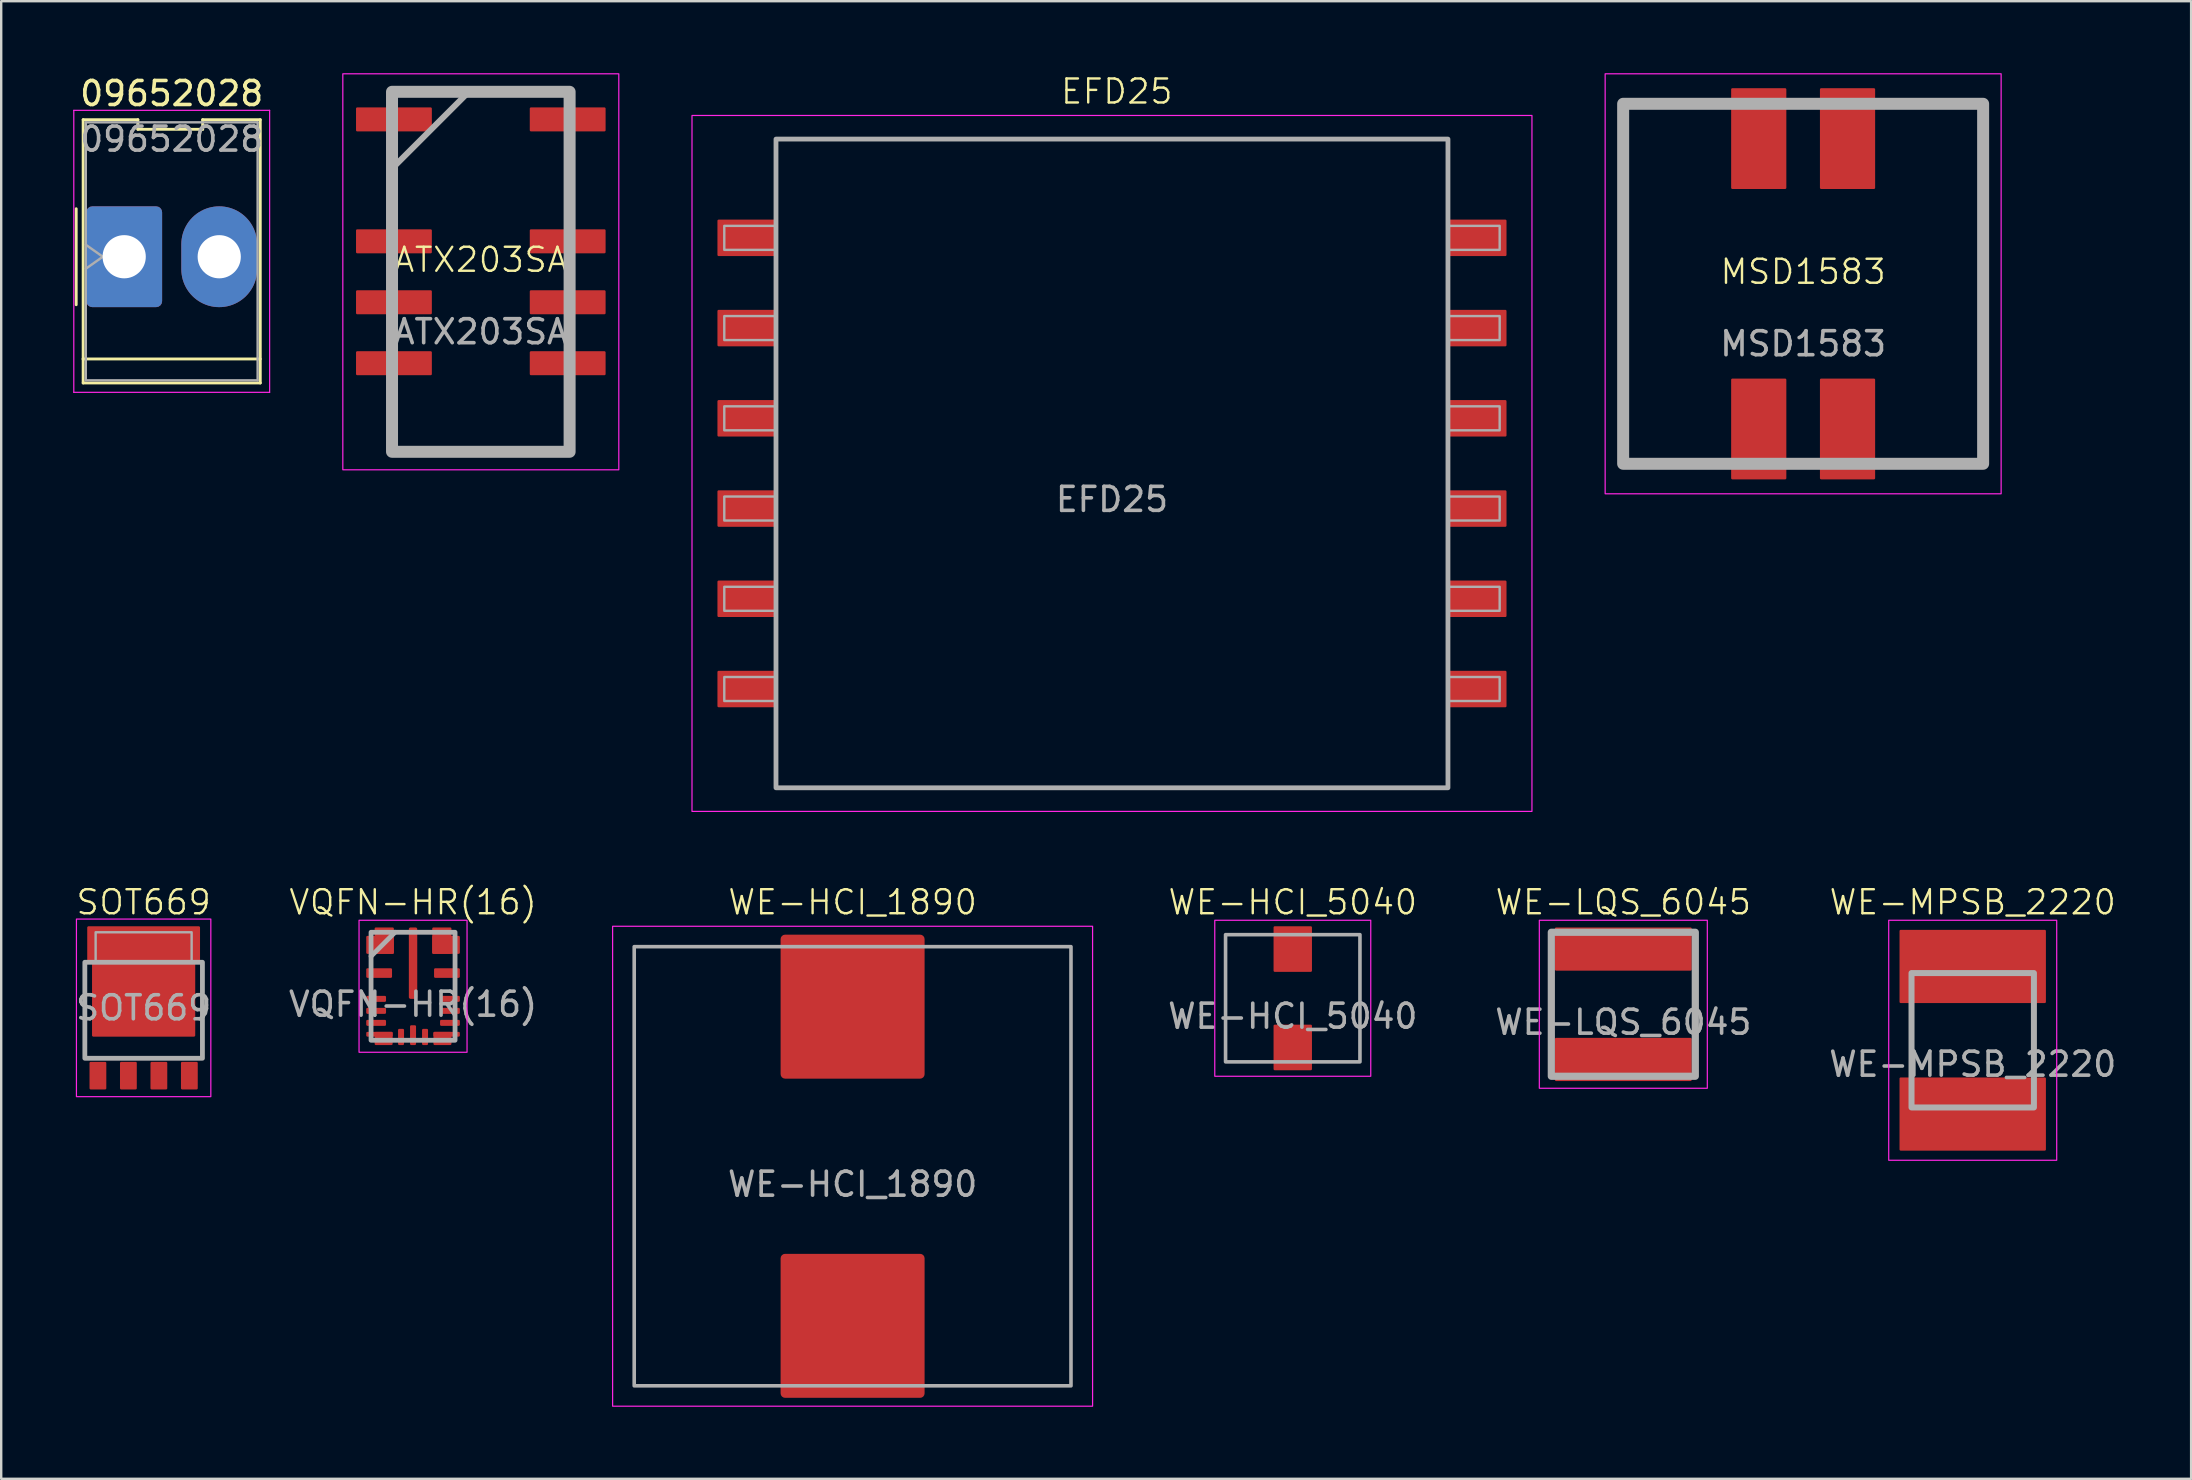
<source format=kicad_pcb>
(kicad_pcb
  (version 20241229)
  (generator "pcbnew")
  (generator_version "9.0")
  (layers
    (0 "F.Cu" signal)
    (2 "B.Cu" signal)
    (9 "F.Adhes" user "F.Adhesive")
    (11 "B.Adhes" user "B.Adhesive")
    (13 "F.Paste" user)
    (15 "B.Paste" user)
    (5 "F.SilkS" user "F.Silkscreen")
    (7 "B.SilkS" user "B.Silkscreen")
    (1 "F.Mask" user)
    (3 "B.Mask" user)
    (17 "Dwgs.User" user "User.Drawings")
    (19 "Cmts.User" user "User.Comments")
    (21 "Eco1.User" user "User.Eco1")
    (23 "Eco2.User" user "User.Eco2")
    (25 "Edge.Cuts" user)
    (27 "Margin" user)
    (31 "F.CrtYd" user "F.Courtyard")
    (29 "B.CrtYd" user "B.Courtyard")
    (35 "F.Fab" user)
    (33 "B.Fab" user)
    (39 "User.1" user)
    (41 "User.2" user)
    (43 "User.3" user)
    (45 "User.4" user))
  (footprint "WE-HCI_1890"
    (layer "F.Cu")
    (at 32.477 45.546)
    (property "Reference" "WE-HCI_1890" (at 0 -11 0) (unlocked yes) (layer "F.SilkS") (effects (font (size 1 1) (thickness 0.1))))
    (attr smd)
    (fp_rect (start -10 -10) (end 10 10) (stroke (width 0.05) (type solid)) (fill no) (layer "F.CrtYd"))
    (fp_rect (start -9.1 -9.15) (end 9.1 9.15) (stroke (width 0.15) (type solid)) (fill no) (layer "F.Fab"))
    (fp_text user "${REFERENCE}" (at 0 0.75 0) (unlocked yes) (layer "F.Fab") (effects (font (size 1 1) (thickness 0.15))))
    (pad "1" smd roundrect (at 0 -6.65 180) (size 6 6) (layers "F.Cu" "F.Mask" "F.Paste") (roundrect_rratio 0.031))
    (pad "2" smd roundrect (at 0 6.65 180) (size 6 6) (layers "F.Cu" "F.Mask" "F.Paste") (roundrect_rratio 0.031)))
  (footprint "SOT669"
    (layer "F.Cu")
    (at 2.935 39.046)
    (property "Reference" "SOT669" (at 0 -4.5 0) (unlocked yes) (layer "F.SilkS") (effects (font (size 1 1) (thickness 0.1))))
    (attr smd)
    (fp_rect (start -2.8 -3.8) (end 2.8 3.6) (stroke (width 0.05) (type default)) (fill no) (layer "F.CrtYd"))
    (fp_rect (start -2.45 2) (end 2.45 -2) (stroke (width 0.2) (type solid)) (fill no) (layer "F.Fab"))
    (fp_rect (start -2 -3.25) (end 2 -2) (stroke (width 0.1) (type solid)) (fill no) (layer "F.Fab"))
    (fp_text user "${REFERENCE}" (at 0 -0.1 0) (unlocked yes) (layer "F.Fab") (effects (font (size 1 1) (thickness 0.15))))
    (pad "1" smd roundrect (at -1.905 2.725 180) (size 0.7 1.15) (layers "F.Cu" "F.Mask" "F.Paste") (roundrect_rratio 0.071))
    (pad "2" smd roundrect (at -0.635 2.725 180) (size 0.7 1.15) (layers "F.Cu" "F.Mask" "F.Paste") (roundrect_rratio 0.071))
    (pad "3" smd roundrect (at 0.635 2.725 180) (size 0.7 1.15) (layers "F.Cu" "F.Mask" "F.Paste") (roundrect_rratio 0.071))
    (pad "4" smd roundrect (at 1.905 2.725 180) (size 0.7 1.15) (layers "F.Cu" "F.Mask" "F.Paste") (roundrect_rratio 0.071))
    (pad "5" smd custom (at 0 -1 180) (size 1.6 1.6) (layers "F.Cu" "F.Mask" "F.Paste") (options (anchor circle)) (primitives (gr_poly (pts (xy -0.8 -0.9) (xy -0.796 -0.919) (xy -0.785 -0.935) (xy -0.769 -0.946) (xy -0.75 -0.95) (xy 0.75 -0.95) (xy 0.769 -0.946) (xy 0.785 -0.935) (xy 0.796 -0.919) (xy 0.8 -0.9) (xy 0.8 0.9) (xy 0.796 0.919) (xy 0.785 0.935) (xy 0.769 0.946) (xy 0.75 0.95) (xy -0.75 0.95) (xy -0.769 0.946) (xy -0.785 0.935) (xy -0.796 0.919) (xy -0.8 0.9)) (width 0) (fill yes)) (gr_rect (start -2.1 -2.05) (end 2.1 1) (width 0.1) (fill yes)) (gr_rect (start -2.3 1.05) (end 2.3 2.45) (width 0.1) (fill yes)))))
  (footprint "MSD1583"
    (layer "F.Cu")
    (at 72.085 8.775)
    (property "Reference" "MSD1583" (at 0 -0.5 0) (unlocked yes) (layer "F.SilkS") (effects (font (size 1 1) (thickness 0.1))))
    (attr smd)
    (fp_rect (start -8.25 -8.75) (end 8.25 8.75) (stroke (width 0.05) (type default)) (fill no) (layer "F.CrtYd"))
    (fp_rect (start -7.5 -7.5) (end 7.5 7.5) (stroke (width 0.5) (type solid)) (fill no) (layer "F.Fab"))
    (fp_text user "${REFERENCE}" (at 0 2.5 0) (unlocked yes) (layer "F.Fab") (effects (font (size 1 1) (thickness 0.15))))
    (pad "1" smd roundrect (at 1.85 -6.05 180) (size 2.3 4.2) (layers "F.Cu" "F.Mask" "F.Paste") (roundrect_rratio 0.022))
    (pad "2" smd roundrect (at -1.85 -6.05 180) (size 2.3 4.2) (layers "F.Cu" "F.Mask" "F.Paste") (roundrect_rratio 0.022))
    (pad "3" smd roundrect (at -1.85 6.05 180) (size 2.3 4.2) (layers "F.Cu" "F.Mask" "F.Paste") (roundrect_rratio 0.022))
    (pad "4" smd roundrect (at 1.85 6.05 180) (size 2.3 4.2) (layers "F.Cu" "F.Mask" "F.Paste") (roundrect_rratio 0.022)))
  (footprint "EFD25"
    (layer "F.Cu")
    (at 43.285 16.261)
    (property "Reference" "EFD25" (at 0.2 -15.5 0) (unlocked yes) (layer "F.SilkS") (effects (font (size 1 1) (thickness 0.1))))
    (attr smd)
    (fp_rect (start -17.5 -14.5) (end 17.5 14.5) (stroke (width 0.05) (type solid)) (fill no) (layer "F.CrtYd"))
    (fp_rect (start -16.155 -9.9) (end -14 -8.9) (stroke (width 0.1) (type solid)) (fill no) (layer "F.Fab"))
    (fp_rect (start -16.155 -6.14) (end -14 -5.14) (stroke (width 0.1) (type solid)) (fill no) (layer "F.Fab"))
    (fp_rect (start -16.155 -2.38) (end -14 -1.38) (stroke (width 0.1) (type solid)) (fill no) (layer "F.Fab"))
    (fp_rect (start -16.155 1.38) (end -14 2.38) (stroke (width 0.1) (type solid)) (fill no) (layer "F.Fab"))
    (fp_rect (start -16.155 5.14) (end -14 6.14) (stroke (width 0.1) (type solid)) (fill no) (layer "F.Fab"))
    (fp_rect (start -16.155 8.9) (end -14 9.9) (stroke (width 0.1) (type solid)) (fill no) (layer "F.Fab"))
    (fp_rect (start -14 -13.515) (end 14 13.515) (stroke (width 0.2) (type solid)) (fill no) (layer "F.Fab"))
    (fp_rect (start 14 -9.9) (end 16.155 -8.9) (stroke (width 0.1) (type solid)) (fill no) (layer "F.Fab"))
    (fp_rect (start 14 -6.14) (end 16.155 -5.14) (stroke (width 0.1) (type solid)) (fill no) (layer "F.Fab"))
    (fp_rect (start 14 -2.38) (end 16.155 -1.38) (stroke (width 0.1) (type solid)) (fill no) (layer "F.Fab"))
    (fp_rect (start 14 1.38) (end 16.155 2.38) (stroke (width 0.1) (type solid)) (fill no) (layer "F.Fab"))
    (fp_rect (start 14 5.14) (end 16.155 6.14) (stroke (width 0.1) (type solid)) (fill no) (layer "F.Fab"))
    (fp_rect (start 14 8.9) (end 16.155 9.9) (stroke (width 0.1) (type solid)) (fill no) (layer "F.Fab"))
    (fp_text user "${REFERENCE}" (at 0 1.5 0) (unlocked yes) (layer "F.Fab") (effects (font (size 1 1) (thickness 0.15))))
    (pad "1" smd roundrect (at -15.19 -9.4 180) (size 2.5 1.52) (layers "F.Cu" "F.Mask" "F.Paste") (roundrect_rratio 0.033))
    (pad "2" smd roundrect (at -15.19 -5.64 180) (size 2.5 1.52) (layers "F.Cu" "F.Mask" "F.Paste") (roundrect_rratio 0.033))
    (pad "3" smd roundrect (at -15.19 -1.88 180) (size 2.5 1.52) (layers "F.Cu" "F.Mask" "F.Paste") (roundrect_rratio 0.033))
    (pad "4" smd roundrect (at -15.19 1.88 180) (size 2.5 1.52) (layers "F.Cu" "F.Mask" "F.Paste") (roundrect_rratio 0.033))
    (pad "5" smd roundrect (at -15.19 5.64 180) (size 2.5 1.52) (layers "F.Cu" "F.Mask" "F.Paste") (roundrect_rratio 0.033))
    (pad "6" smd roundrect (at -15.19 9.4 180) (size 2.5 1.52) (layers "F.Cu" "F.Mask" "F.Paste") (roundrect_rratio 0.033))
    (pad "7" smd roundrect (at 15.19 9.4 180) (size 2.5 1.52) (layers "F.Cu" "F.Mask" "F.Paste") (roundrect_rratio 0.033))
    (pad "8" smd roundrect (at 15.19 5.64 180) (size 2.5 1.52) (layers "F.Cu" "F.Mask" "F.Paste") (roundrect_rratio 0.033))
    (pad "9" smd roundrect (at 15.19 1.88 180) (size 2.5 1.52) (layers "F.Cu" "F.Mask" "F.Paste") (roundrect_rratio 0.033))
    (pad "10" smd roundrect (at 15.19 -1.88 180) (size 2.5 1.52) (layers "F.Cu" "F.Mask" "F.Paste") (roundrect_rratio 0.033))
    (pad "11" smd roundrect (at 15.19 -5.64 180) (size 2.5 1.52) (layers "F.Cu" "F.Mask" "F.Paste") (roundrect_rratio 0.033))
    (pad "12" smd roundrect (at 15.19 -9.4 180) (size 2.5 1.52) (layers "F.Cu" "F.Mask" "F.Paste") (roundrect_rratio 0.033)))
  (footprint "09652028"
    (layer "F.Cu")
    (at 2.125 7.648)
    (property "Reference" "09652028" (at 1.98 -6.8 0) (layer "F.SilkS") (effects (font (size 1 1) (thickness 0.15))))
    (attr through_hole)
    (fp_line (start -2 -2) (end -2 2) (stroke (width 0.12) (type solid)) (layer "F.SilkS"))
    (fp_line (start -1.71 -5.71) (end 0.57 -5.71) (stroke (width 0.12) (type solid)) (layer "F.SilkS"))
    (fp_line (start -1.71 4.26) (end -1.71 -5.71) (stroke (width 0.12) (type solid)) (layer "F.SilkS"))
    (fp_line (start -1.71 4.26) (end 5.67 4.26) (stroke (width 0.12) (type solid)) (layer "F.SilkS"))
    (fp_line (start -1.71 5.26) (end -1.71 4.26) (stroke (width 0.12) (type solid)) (layer "F.SilkS"))
    (fp_line (start 0.57 -5.71) (end 0.57 -5.31) (stroke (width 0.12) (type solid)) (layer "F.SilkS"))
    (fp_line (start 0.57 -5.31) (end 3.27 -5.31) (stroke (width 0.12) (type solid)) (layer "F.SilkS"))
    (fp_line (start 3.27 -5.71) (end 5.67 -5.71) (stroke (width 0.12) (type solid)) (layer "F.SilkS"))
    (fp_line (start 3.27 -5.31) (end 3.27 -5.71) (stroke (width 0.12) (type solid)) (layer "F.SilkS"))
    (fp_line (start 5.67 -5.71) (end 5.67 5.26) (stroke (width 0.12) (type solid)) (layer "F.SilkS"))
    (fp_line (start 5.67 5.26) (end -1.71 5.26) (stroke (width 0.12) (type solid)) (layer "F.SilkS"))
    (fp_line (start -2.1 -6.1) (end -2.1 5.65) (stroke (width 0.05) (type solid)) (layer "F.CrtYd"))
    (fp_line (start -2.1 5.65) (end 6.06 5.65) (stroke (width 0.05) (type solid)) (layer "F.CrtYd"))
    (fp_line (start 6.06 -6.1) (end -2.1 -6.1) (stroke (width 0.05) (type solid)) (layer "F.CrtYd"))
    (fp_line (start 6.06 5.65) (end 6.06 -6.1) (stroke (width 0.05) (type solid)) (layer "F.CrtYd"))
    (fp_line (start -1.6 -5.6) (end 5.56 -5.6) (stroke (width 0.1) (type solid)) (layer "F.Fab"))
    (fp_line (start -1.6 -0.5) (end -0.893 0) (stroke (width 0.1) (type solid)) (layer "F.Fab"))
    (fp_line (start -1.6 5.15) (end -1.6 -5.6) (stroke (width 0.1) (type solid)) (layer "F.Fab"))
    (fp_line (start -0.893 0) (end -1.6 0.5) (stroke (width 0.1) (type solid)) (layer "F.Fab"))
    (fp_line (start 5.56 -5.6) (end 5.56 5.15) (stroke (width 0.1) (type solid)) (layer "F.Fab"))
    (fp_line (start 5.56 5.15) (end -1.6 5.15) (stroke (width 0.1) (type solid)) (layer "F.Fab"))
    (fp_text user "${REFERENCE}" (at 1.98 -4.9 0) (layer "F.Fab") (effects (font (size 1 1) (thickness 0.15))))
    (pad "1" thru_hole roundrect (at 0 0) (size 3.16 4.2) (drill 1.8) (layers "*.Cu" "*.Mask") (roundrect_rratio 0.079))
    (pad "2" thru_hole oval (at 3.96 0) (size 3.16 4.2) (drill 1.8) (layers "*.Cu" "*.Mask")))
  (footprint "WE-HCI_5040"
    (layer "F.Cu")
    (at 50.818 38.546)
    (property "Reference" "WE-HCI_5040" (at 0 -4 0) (unlocked yes) (layer "F.SilkS") (effects (font (size 1 1) (thickness 0.1))))
    (attr smd)
    (fp_rect (start -3.25 -3.25) (end 3.25 3.25) (stroke (width 0.05) (type default)) (fill no) (layer "F.CrtYd"))
    (fp_rect (start -2.8 -2.65) (end 2.8 2.65) (stroke (width 0.15) (type solid)) (fill no) (layer "F.Fab"))
    (fp_text user "${REFERENCE}" (at 0 0.75 0) (unlocked yes) (layer "F.Fab") (effects (font (size 1 1) (thickness 0.15))))
    (pad "1" smd roundrect (at 0 -2.05 180) (size 1.6 1.9) (layers "F.Cu" "F.Mask" "F.Paste") (roundrect_rratio 0.031))
    (pad "2" smd roundrect (at 0 2.05 180) (size 1.6 1.9) (layers "F.Cu" "F.Mask" "F.Paste") (roundrect_rratio 0.031)))
  (footprint "WE-LQS_6045"
    (layer "F.Cu")
    (at 64.592 38.796)
    (property "Reference" "WE-LQS_6045" (at 0 -4.25 0) (unlocked yes) (layer "F.SilkS") (effects (font (size 1 1) (thickness 0.1))))
    (attr smd)
    (fp_rect (start -3.5 -3.5) (end 3.5 3.5) (stroke (width 0.05) (type default)) (fill no) (layer "F.CrtYd"))
    (fp_rect (start -3 -3) (end 3 3) (stroke (width 0.3) (type solid)) (fill no) (layer "F.Fab"))
    (fp_text user "${REFERENCE}" (at 0 0.75 0) (unlocked yes) (layer "F.Fab") (effects (font (size 1 1) (thickness 0.15))))
    (pad "1" smd roundrect (at 0 -2.3 180) (size 5.7 1.8) (layers "F.Cu" "F.Mask" "F.Paste") (roundrect_rratio 0.028))
    (pad "2" smd roundrect (at 0 2.3 180) (size 5.7 1.8) (layers "F.Cu" "F.Mask" "F.Paste") (roundrect_rratio 0.028)))
  (footprint "ATX203SA"
    (layer "F.Cu")
    (at 16.985 8.275)
    (property "Reference" "ATX203SA" (at 0 -0.5 0) (unlocked yes) (layer "F.SilkS") (effects (font (size 1 1) (thickness 0.1))))
    (attr smd)
    (fp_rect (start -5.75 -8.25) (end 5.75 8.25) (stroke (width 0.05) (type default)) (fill no) (layer "F.CrtYd"))
    (fp_line (start -3.75 -4.25) (end -0.5 -7.5) (stroke (width 0.25) (type solid)) (layer "F.Fab"))
    (fp_rect (start -3.7 -7.5) (end 3.7 7.5) (stroke (width 0.5) (type solid)) (fill no) (layer "F.Fab"))
    (fp_text user "${REFERENCE}" (at 0 2.5 0) (unlocked yes) (layer "F.Fab") (effects (font (size 1 1) (thickness 0.15))))
    (pad "1" smd roundrect (at -3.62 -6.35 180) (size 3.16 1) (layers "F.Cu" "F.Mask" "F.Paste") (roundrect_rratio 0.05))
    (pad "3" smd roundrect (at -3.62 -1.27 180) (size 3.16 1) (layers "F.Cu" "F.Mask" "F.Paste") (roundrect_rratio 0.05))
    (pad "4" smd roundrect (at -3.62 1.27 180) (size 3.16 1) (layers "F.Cu" "F.Mask" "F.Paste") (roundrect_rratio 0.05))
    (pad "5" smd roundrect (at -3.62 3.81 180) (size 3.16 1) (layers "F.Cu" "F.Mask" "F.Paste") (roundrect_rratio 0.05))
    (pad "8" smd roundrect (at 3.62 3.81 180) (size 3.16 1) (layers "F.Cu" "F.Mask" "F.Paste") (roundrect_rratio 0.05))
    (pad "9" smd roundrect (at 3.62 1.27 180) (size 3.16 1) (layers "F.Cu" "F.Mask" "F.Paste") (roundrect_rratio 0.05))
    (pad "10" smd roundrect (at 3.62 -1.27 180) (size 3.16 1) (layers "F.Cu" "F.Mask" "F.Paste") (roundrect_rratio 0.05))
    (pad "12" smd roundrect (at 3.62 -6.35 180) (size 3.16 1) (layers "F.Cu" "F.Mask" "F.Paste") (roundrect_rratio 0.05)))
  (footprint "VQFN-HR(16)"
    (layer "F.Cu")
    (at 14.161 38.046)
    (property "Reference" "VQFN-HR(16)" (at 0 -3.5 0) (unlocked yes) (layer "F.SilkS") (effects (font (size 1 1) (thickness 0.1))))
    (attr smd)
    (fp_rect (start -2.25 -2.75) (end 2.25 2.75) (stroke (width 0.05) (type default)) (fill no) (layer "F.CrtYd"))
    (fp_line (start -1.75 -1.25) (end -0.75 -2.25) (stroke (width 0.2) (type solid)) (layer "F.Fab"))
    (fp_rect (start -1.75 -2.25) (end 1.75 2.25) (stroke (width 0.2) (type solid)) (fill no) (layer "F.Fab"))
    (fp_text user "${REFERENCE}" (at 0 0.75 0) (unlocked yes) (layer "F.Fab") (effects (font (size 1 1) (thickness 0.15))))
    (pad "1" smd roundrect (at -1.375 -1.725 180) (size 1.15 0.75) (layers "F.Cu" "F.Mask" "F.Paste") (roundrect_rratio 0.067))
    (pad "1" smd roundrect (at -1.2 -1.9 180) (size 0.8 1.1) (layers "F.Cu" "F.Mask" "F.Paste") (roundrect_rratio 0.062))
    (pad "2" smd roundrect (at -1.413 -0.55 180) (size 1.075 0.4) (layers "F.Cu" "F.Mask" "F.Paste") (roundrect_rratio 0.125))
    (pad "3" smd roundrect (at -1.538 0.525 180) (size 0.825 0.25) (layers "F.Cu" "F.Mask" "F.Paste") (roundrect_rratio 0.2))
    (pad "4" smd roundrect (at -1.538 1.025 180) (size 0.825 0.25) (layers "F.Cu" "F.Mask" "F.Paste") (roundrect_rratio 0.2))
    (pad "5" smd roundrect (at -1.538 1.525 180) (size 0.825 0.25) (layers "F.Cu" "F.Mask" "F.Paste") (roundrect_rratio 0.2))
    (pad "6" smd roundrect (at -1.4 2 180) (size 1.1 0.2) (layers "F.Cu" "F.Mask" "F.Paste") (roundrect_rratio 0.25))
    (pad "6" smd roundrect (at -1.225 2.175 180) (size 0.75 0.55) (layers "F.Cu" "F.Mask" "F.Paste") (roundrect_rratio 0.091))
    (pad "7" smd roundrect (at -0.5 2.113 180) (size 0.25 0.675) (layers "F.Cu" "F.Mask" "F.Paste") (roundrect_rratio 0.2))
    (pad "8" smd roundrect (at 0 2.038 180) (size 0.25 0.825) (layers "F.Cu" "F.Mask" "F.Paste") (roundrect_rratio 0.2))
    (pad "9" smd roundrect (at 0.5 2.113 180) (size 0.25 0.675) (layers "F.Cu" "F.Mask" "F.Paste") (roundrect_rratio 0.2))
    (pad "10" smd roundrect (at 1.225 2.175 180) (size 0.75 0.55) (layers "F.Cu" "F.Mask" "F.Paste") (roundrect_rratio 0.091))
    (pad "10" smd roundrect (at 1.4 2 180) (size 1.1 0.2) (layers "F.Cu" "F.Mask" "F.Paste") (roundrect_rratio 0.25))
    (pad "11" smd roundrect (at 1.538 1.525 180) (size 0.825 0.25) (layers "F.Cu" "F.Mask" "F.Paste") (roundrect_rratio 0.2))
    (pad "12" smd roundrect (at 1.538 1.025 180) (size 0.825 0.25) (layers "F.Cu" "F.Mask" "F.Paste") (roundrect_rratio 0.2))
    (pad "13" smd roundrect (at 1.538 0.525 180) (size 0.825 0.25) (layers "F.Cu" "F.Mask" "F.Paste") (roundrect_rratio 0.2))
    (pad "14" smd roundrect (at 1.413 -0.55 180) (size 1.075 0.4) (layers "F.Cu" "F.Mask" "F.Paste") (roundrect_rratio 0.125))
    (pad "15" smd roundrect (at 1.2 -1.9 180) (size 0.8 1.1) (layers "F.Cu" "F.Mask" "F.Paste") (roundrect_rratio 0.062))
    (pad "15" smd roundrect (at 1.375 -1.725 180) (size 1.15 0.75) (layers "F.Cu" "F.Mask" "F.Paste") (roundrect_rratio 0.067))
    (pad "16" smd roundrect (at 0 -0.963 180) (size 0.35 2.975) (layers "F.Cu" "F.Mask" "F.Paste") (roundrect_rratio 0.2)))
  (footprint "WE-MPSB_2220"
    (layer "F.Cu")
    (at 79.151 40.296)
    (property "Reference" "WE-MPSB_2220" (at 0 -5.75 0) (unlocked yes) (layer "F.SilkS") (effects (font (size 1 1) (thickness 0.1))))
    (attr smd)
    (fp_rect (start -3.5 -5) (end 3.5 5) (stroke (width 0.05) (type default)) (fill no) (layer "F.CrtYd"))
    (fp_rect (start -2.55 -2.8) (end 2.55 2.8) (stroke (width 0.25) (type solid)) (fill no) (layer "F.Fab"))
    (fp_text user "${REFERENCE}" (at 0 1 0) (unlocked yes) (layer "F.Fab") (effects (font (size 1 1) (thickness 0.15))))
    (pad "1" smd roundrect (at 0 -3.075 90) (size 3.05 6.1) (layers "F.Cu" "F.Mask" "F.Paste") (roundrect_rratio 0.016))
    (pad "2" smd roundrect (at 0 3.075 90) (size 3.05 6.1) (layers "F.Cu" "F.Mask" "F.Paste") (roundrect_rratio 0.016)))
  (gr_rect
    (start -3 -3)
    (end 88.252 58.571)
    (stroke (width 0.1) (type default))
    (fill no)
    (layer "Edge.Cuts")))
</source>
